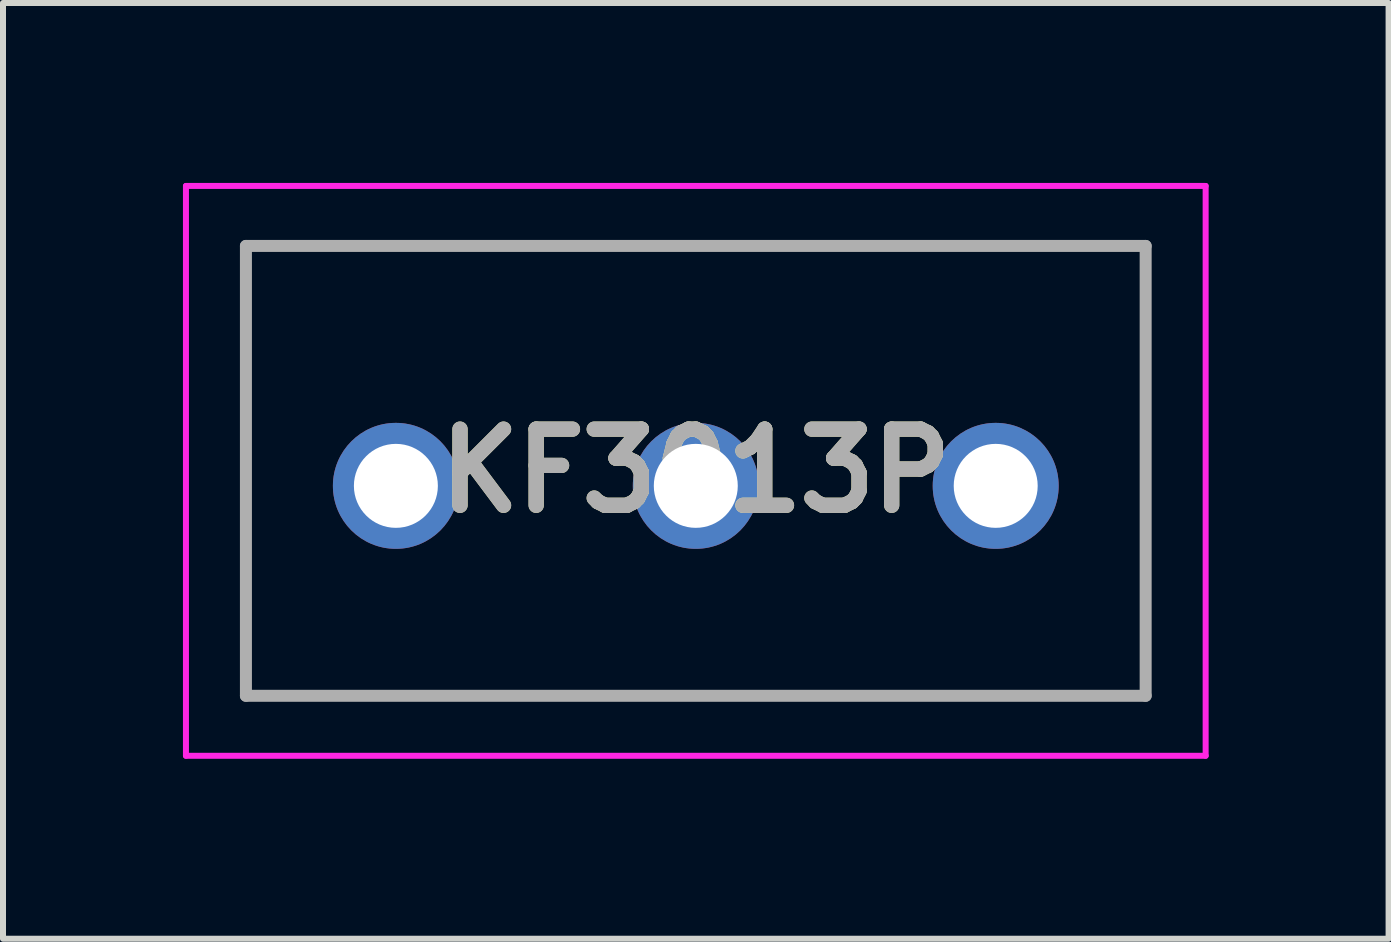
<source format=kicad_pcb>
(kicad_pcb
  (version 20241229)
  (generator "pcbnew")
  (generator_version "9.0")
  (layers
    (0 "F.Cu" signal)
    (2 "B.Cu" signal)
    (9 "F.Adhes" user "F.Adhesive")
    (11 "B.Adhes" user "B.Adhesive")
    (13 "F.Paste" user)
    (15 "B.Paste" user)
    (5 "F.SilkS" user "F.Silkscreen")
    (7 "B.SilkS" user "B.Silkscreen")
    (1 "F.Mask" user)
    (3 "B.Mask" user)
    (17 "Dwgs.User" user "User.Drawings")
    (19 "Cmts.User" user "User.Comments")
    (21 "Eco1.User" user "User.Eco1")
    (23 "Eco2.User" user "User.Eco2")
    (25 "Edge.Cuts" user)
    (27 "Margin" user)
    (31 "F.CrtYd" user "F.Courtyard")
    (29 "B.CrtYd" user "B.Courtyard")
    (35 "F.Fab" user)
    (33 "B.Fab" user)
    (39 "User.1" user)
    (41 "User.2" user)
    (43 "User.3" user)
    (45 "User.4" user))
  (footprint "KF3013P"
    (layer "F.Cu")
    (at 3.55 5.05)
    (property "Reference" "KF3013P" (at 5 -0.25 0) (layer "F.SilkS") (effects (font (size 1.27 1.27) (thickness 0.254))))
    (attr through_hole)
    (fp_line (start -2.5 -4) (end 12.5 -4) (stroke (width 0.1) (type solid)) (layer "F.SilkS"))
    (fp_line (start -2.5 3.5) (end -2.5 -4) (stroke (width 0.1) (type solid)) (layer "F.SilkS"))
    (fp_line (start 12.5 -4) (end 12.5 3.5) (stroke (width 0.1) (type solid)) (layer "F.SilkS"))
    (fp_line (start 12.5 3.5) (end -2.5 3.5) (stroke (width 0.1) (type solid)) (layer "F.SilkS"))
    (fp_line (start -3.5 -5) (end 13.5 -5) (stroke (width 0.1) (type solid)) (layer "F.CrtYd"))
    (fp_line (start -3.5 4.5) (end -3.5 -5) (stroke (width 0.1) (type solid)) (layer "F.CrtYd"))
    (fp_line (start 13.5 -5) (end 13.5 4.5) (stroke (width 0.1) (type solid)) (layer "F.CrtYd"))
    (fp_line (start 13.5 4.5) (end -3.5 4.5) (stroke (width 0.1) (type solid)) (layer "F.CrtYd"))
    (fp_line (start -2.5 -4) (end 12.5 -4) (stroke (width 0.2) (type solid)) (layer "F.Fab"))
    (fp_line (start -2.5 3.5) (end -2.5 -4) (stroke (width 0.2) (type solid)) (layer "F.Fab"))
    (fp_line (start 12.5 -4) (end 12.5 3.5) (stroke (width 0.2) (type solid)) (layer "F.Fab"))
    (fp_line (start 12.5 3.5) (end -2.5 3.5) (stroke (width 0.2) (type solid)) (layer "F.Fab"))
    (fp_text user "${REFERENCE}" (at 5 -0.25 0) (layer "F.Fab") (effects (font (size 1.27 1.27) (thickness 0.254))))
    (pad "1" thru_hole circle (at 0 0) (size 2.1 2.1) (drill 1.4) (layers "*.Cu" "*.Mask"))
    (pad "2" thru_hole circle (at 5 0) (size 2.1 2.1) (drill 1.4) (layers "*.Cu" "*.Mask"))
    (pad "3" thru_hole circle (at 10 0) (size 2.1 2.1) (drill 1.4) (layers "*.Cu" "*.Mask")))
  (gr_rect
    (start -3 -3)
    (end 20.1 12.6)
    (stroke (width 0.1) (type default))
    (fill no)
    (layer "Edge.Cuts")))
</source>
